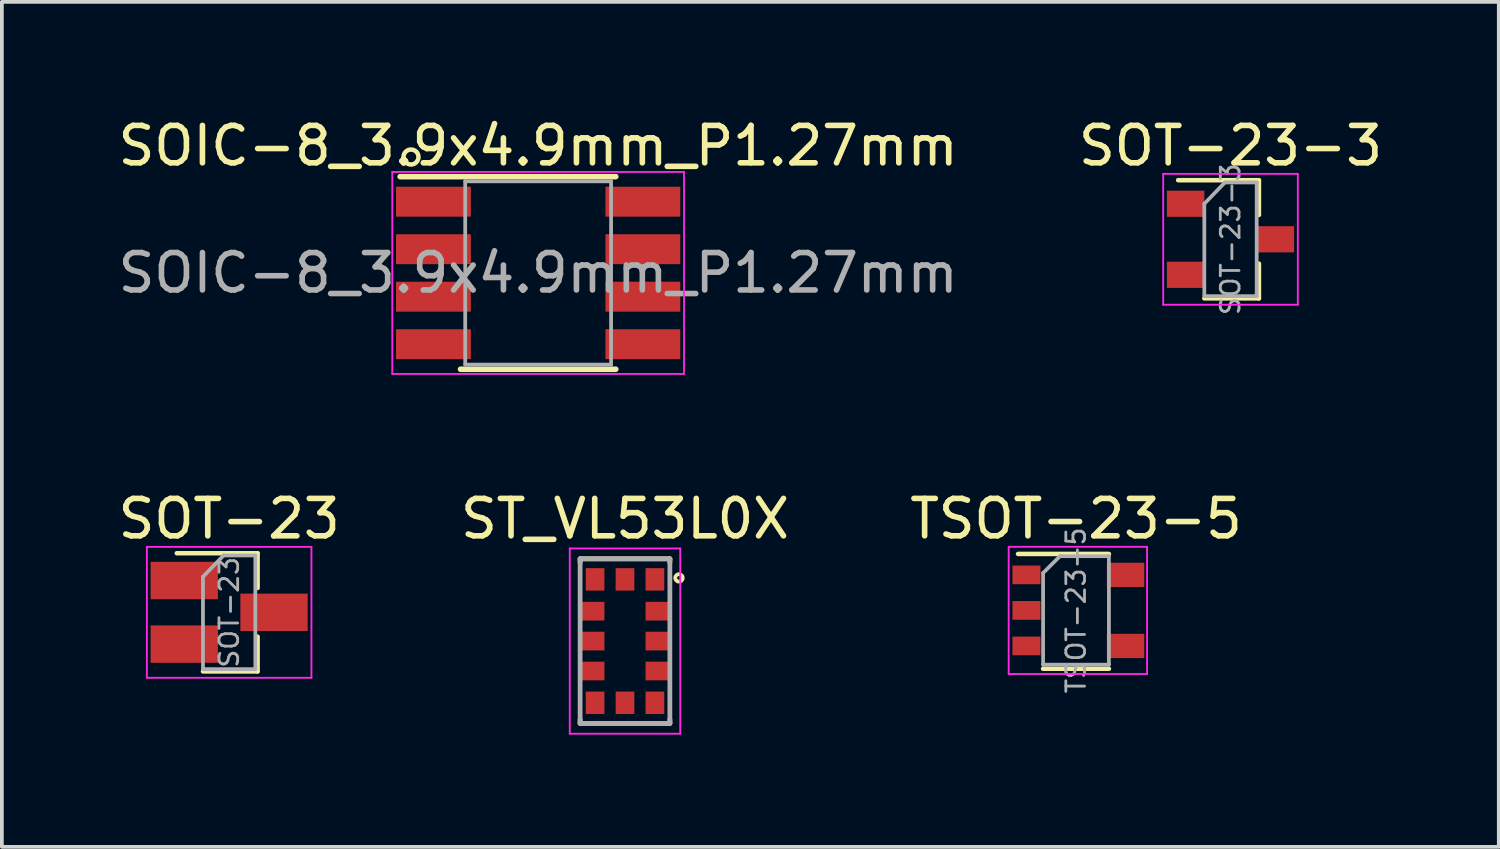
<source format=kicad_pcb>
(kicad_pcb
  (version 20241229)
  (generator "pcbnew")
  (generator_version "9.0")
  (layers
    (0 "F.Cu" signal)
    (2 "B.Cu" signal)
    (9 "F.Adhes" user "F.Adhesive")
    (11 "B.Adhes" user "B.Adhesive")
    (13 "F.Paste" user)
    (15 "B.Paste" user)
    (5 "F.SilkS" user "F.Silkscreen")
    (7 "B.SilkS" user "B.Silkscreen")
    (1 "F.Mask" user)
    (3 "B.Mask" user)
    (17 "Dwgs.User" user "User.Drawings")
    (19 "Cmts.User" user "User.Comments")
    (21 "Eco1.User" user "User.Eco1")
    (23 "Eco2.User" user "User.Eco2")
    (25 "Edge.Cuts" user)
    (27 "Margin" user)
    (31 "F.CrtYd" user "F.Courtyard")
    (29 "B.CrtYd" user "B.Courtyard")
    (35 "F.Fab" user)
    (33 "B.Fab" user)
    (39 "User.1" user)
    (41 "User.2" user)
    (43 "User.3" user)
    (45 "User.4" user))
  (footprint "ST_VL53L0X"
    (layer "F.Cu")
    (at 13.661 14.091)
    (property "Reference" "ST_VL53L0X" (at 0 -3.27 0) (layer "F.SilkS") (effects (font (size 1 1) (thickness 0.15))))
    (attr smd)
    (fp_line (start -1.2 -2.2) (end -1.2 -2.1) (stroke (width 0.127) (type solid)) (layer "F.SilkS"))
    (fp_line (start -1.2 -2.2) (end 1.2 -2.2) (stroke (width 0.127) (type solid)) (layer "F.SilkS"))
    (fp_line (start -1.2 2.2) (end -1.2 2.1) (stroke (width 0.127) (type solid)) (layer "F.SilkS"))
    (fp_line (start 1.2 -2.2) (end 1.2 -2.1) (stroke (width 0.127) (type solid)) (layer "F.SilkS"))
    (fp_line (start 1.2 2.2) (end -1.2 2.2) (stroke (width 0.127) (type solid)) (layer "F.SilkS"))
    (fp_line (start 1.2 2.2) (end 1.2 2.1) (stroke (width 0.127) (type solid)) (layer "F.SilkS"))
    (fp_circle (center 1.444 -1.689) (end 1.544 -1.689) (stroke (width 0.1) (type solid)) (fill no) (layer "F.SilkS"))
    (fp_line (start -1.477 -2.477) (end 1.477 -2.477) (stroke (width 0.05) (type solid)) (layer "F.CrtYd"))
    (fp_line (start -1.477 2.477) (end -1.477 -2.477) (stroke (width 0.05) (type solid)) (layer "F.CrtYd"))
    (fp_line (start 1.477 -2.477) (end 1.477 2.477) (stroke (width 0.05) (type solid)) (layer "F.CrtYd"))
    (fp_line (start 1.477 2.477) (end -1.477 2.477) (stroke (width 0.05) (type solid)) (layer "F.CrtYd"))
    (fp_line (start -1.2 -2.2) (end 1.2 -2.2) (stroke (width 0.127) (type solid)) (layer "F.Fab"))
    (fp_line (start -1.2 2.2) (end -1.2 -2.2) (stroke (width 0.127) (type solid)) (layer "F.Fab"))
    (fp_line (start 1.2 -2.2) (end 1.2 2.2) (stroke (width 0.127) (type solid)) (layer "F.Fab"))
    (fp_line (start 1.2 2.2) (end -1.2 2.2) (stroke (width 0.127) (type solid)) (layer "F.Fab"))
    (pad "1" smd rect (at 0.8 -1.65) (size 0.5 0.6) (layers "F.Cu" "F.Mask" "F.Paste"))
    (pad "2" smd rect (at 0.85 -0.8) (size 0.6 0.5) (layers "F.Cu" "F.Mask" "F.Paste"))
    (pad "3" smd rect (at 0.85 0) (size 0.6 0.5) (layers "F.Cu" "F.Mask" "F.Paste"))
    (pad "4" smd rect (at 0.85 0.8) (size 0.6 0.5) (layers "F.Cu" "F.Mask" "F.Paste"))
    (pad "5" smd rect (at 0.8 1.65) (size 0.5 0.6) (layers "F.Cu" "F.Mask" "F.Paste"))
    (pad "6" smd rect (at 0 1.65) (size 0.5 0.6) (layers "F.Cu" "F.Mask" "F.Paste"))
    (pad "7" smd rect (at -0.8 1.65) (size 0.5 0.6) (layers "F.Cu" "F.Mask" "F.Paste"))
    (pad "8" smd rect (at -0.85 0.8) (size 0.6 0.5) (layers "F.Cu" "F.Mask" "F.Paste"))
    (pad "9" smd rect (at -0.85 0) (size 0.6 0.5) (layers "F.Cu" "F.Mask" "F.Paste"))
    (pad "10" smd rect (at -0.85 -0.8) (size 0.6 0.5) (layers "F.Cu" "F.Mask" "F.Paste"))
    (pad "11" smd rect (at -0.8 -1.65) (size 0.5 0.6) (layers "F.Cu" "F.Mask" "F.Paste"))
    (pad "12" smd rect (at 0 -1.65) (size 0.5 0.6) (layers "F.Cu" "F.Mask" "F.Paste")))
  (footprint "SOT-23-3"
    (layer "F.Cu")
    (at 29.851 3.348)
    (property "Reference" "SOT-23-3" (at 0 -2.5 0) (layer "F.SilkS") (effects (font (size 1 1) (thickness 0.15))))
    (attr smd)
    (fp_line (start 0.76 -1.58) (end -1.4 -1.58) (stroke (width 0.12) (type solid)) (layer "F.SilkS"))
    (fp_line (start 0.76 -1.58) (end 0.76 -0.65) (stroke (width 0.12) (type solid)) (layer "F.SilkS"))
    (fp_line (start 0.76 1.58) (end -0.7 1.58) (stroke (width 0.12) (type solid)) (layer "F.SilkS"))
    (fp_line (start 0.76 1.58) (end 0.76 0.65) (stroke (width 0.12) (type solid)) (layer "F.SilkS"))
    (fp_line (start -1.8 -1.75) (end 1.8 -1.75) (stroke (width 0.05) (type solid)) (layer "F.CrtYd"))
    (fp_line (start -1.8 1.75) (end -1.8 -1.75) (stroke (width 0.05) (type solid)) (layer "F.CrtYd"))
    (fp_line (start 1.8 -1.75) (end 1.8 1.75) (stroke (width 0.05) (type solid)) (layer "F.CrtYd"))
    (fp_line (start 1.8 1.75) (end -1.8 1.75) (stroke (width 0.05) (type solid)) (layer "F.CrtYd"))
    (fp_line (start -0.7 -0.95) (end -0.7 1.5) (stroke (width 0.1) (type solid)) (layer "F.Fab"))
    (fp_line (start -0.7 -0.95) (end -0.15 -1.52) (stroke (width 0.1) (type solid)) (layer "F.Fab"))
    (fp_line (start -0.7 1.52) (end 0.7 1.52) (stroke (width 0.1) (type solid)) (layer "F.Fab"))
    (fp_line (start -0.15 -1.52) (end 0.7 -1.52) (stroke (width 0.1) (type solid)) (layer "F.Fab"))
    (fp_line (start 0.7 -1.52) (end 0.7 1.52) (stroke (width 0.1) (type solid)) (layer "F.Fab"))
    (fp_text user "${REFERENCE}" (at 0 0 90) (layer "F.Fab") (effects (font (size 0.5 0.5) (thickness 0.075))))
    (pad "1" smd rect (at -1.2 -0.95) (size 1 0.7) (layers "F.Cu" "F.Mask" "F.Paste"))
    (pad "2" smd rect (at -1.2 0.95) (size 1 0.7) (layers "F.Cu" "F.Mask" "F.Paste"))
    (pad "3" smd rect (at 1.2 0) (size 1 0.7) (layers "F.Cu" "F.Mask" "F.Paste")))
  (footprint "SOT-23"
    (layer "F.Cu")
    (at 3.077 13.322)
    (property "Reference" "SOT-23" (at 0 -2.5 0) (layer "F.SilkS") (effects (font (size 1 1) (thickness 0.15))))
    (attr smd)
    (fp_line (start 0.76 -1.58) (end -1.4 -1.58) (stroke (width 0.12) (type solid)) (layer "F.SilkS"))
    (fp_line (start 0.76 -1.58) (end 0.76 -0.65) (stroke (width 0.12) (type solid)) (layer "F.SilkS"))
    (fp_line (start 0.76 1.58) (end -0.7 1.58) (stroke (width 0.12) (type solid)) (layer "F.SilkS"))
    (fp_line (start 0.76 1.58) (end 0.76 0.65) (stroke (width 0.12) (type solid)) (layer "F.SilkS"))
    (fp_line (start -2.2 -1.75) (end 2.2 -1.75) (stroke (width 0.05) (type solid)) (layer "F.CrtYd"))
    (fp_line (start -2.2 1.75) (end -2.2 -1.75) (stroke (width 0.05) (type solid)) (layer "F.CrtYd"))
    (fp_line (start 2.2 -1.75) (end 2.2 1.75) (stroke (width 0.05) (type solid)) (layer "F.CrtYd"))
    (fp_line (start 2.2 1.75) (end -2.2 1.75) (stroke (width 0.05) (type solid)) (layer "F.CrtYd"))
    (fp_line (start -0.7 -0.95) (end -0.7 1.5) (stroke (width 0.1) (type solid)) (layer "F.Fab"))
    (fp_line (start -0.7 -0.95) (end -0.15 -1.52) (stroke (width 0.1) (type solid)) (layer "F.Fab"))
    (fp_line (start -0.7 1.52) (end 0.7 1.52) (stroke (width 0.1) (type solid)) (layer "F.Fab"))
    (fp_line (start -0.15 -1.52) (end 0.7 -1.52) (stroke (width 0.1) (type solid)) (layer "F.Fab"))
    (fp_line (start 0.7 -1.52) (end 0.7 1.52) (stroke (width 0.1) (type solid)) (layer "F.Fab"))
    (fp_text user "${REFERENCE}" (at 0 0 90) (layer "F.Fab") (effects (font (size 0.5 0.5) (thickness 0.075))))
    (pad "1" smd rect (at -1.2 -0.85) (size 1.8 1) (layers "F.Cu" "F.Mask" "F.Paste"))
    (pad "2" smd rect (at -1.2 0.85) (size 1.8 1) (layers "F.Cu" "F.Mask" "F.Paste"))
    (pad "3" smd rect (at 1.2 0) (size 1.8 1) (layers "F.Cu" "F.Mask" "F.Paste")))
  (footprint "TSOT-23-5"
    (layer "F.Cu")
    (at 25.72 13.271)
    (property "Reference" "TSOT-23-5" (at 0 -2.45 0) (layer "F.SilkS") (effects (font (size 1 1) (thickness 0.15))))
    (attr smd)
    (fp_line (start -0.88 1.56) (end 0.88 1.56) (stroke (width 0.12) (type solid)) (layer "F.SilkS"))
    (fp_line (start 0.88 -1.51) (end -1.55 -1.51) (stroke (width 0.12) (type solid)) (layer "F.SilkS"))
    (fp_line (start -1.8 -1.7) (end -1.8 1.7) (stroke (width 0.05) (type solid)) (layer "F.CrtYd"))
    (fp_line (start -1.8 -1.7) (end 1.9 -1.7) (stroke (width 0.05) (type solid)) (layer "F.CrtYd"))
    (fp_line (start 1.9 1.7) (end -1.8 1.7) (stroke (width 0.05) (type solid)) (layer "F.CrtYd"))
    (fp_line (start 1.9 1.7) (end 1.9 -1.7) (stroke (width 0.05) (type solid)) (layer "F.CrtYd"))
    (fp_line (start -0.88 -1) (end -0.88 1.45) (stroke (width 0.1) (type solid)) (layer "F.Fab"))
    (fp_line (start -0.88 -1) (end -0.43 -1.45) (stroke (width 0.1) (type solid)) (layer "F.Fab"))
    (fp_line (start 0.88 -1.45) (end -0.43 -1.45) (stroke (width 0.1) (type solid)) (layer "F.Fab"))
    (fp_line (start 0.88 -1.45) (end 0.88 1.45) (stroke (width 0.1) (type solid)) (layer "F.Fab"))
    (fp_line (start 0.88 1.45) (end -0.88 1.45) (stroke (width 0.1) (type solid)) (layer "F.Fab"))
    (fp_text user "${REFERENCE}" (at 0 0 90) (layer "F.Fab") (effects (font (size 0.5 0.5) (thickness 0.075))))
    (pad "1" smd rect (at -1.325 -0.95) (size 0.75 0.5) (layers "F.Cu" "F.Mask" "F.Paste"))
    (pad "2" smd rect (at -1.325 0) (size 0.75 0.5) (layers "F.Cu" "F.Mask" "F.Paste"))
    (pad "3" smd rect (at -1.325 0.95) (size 0.75 0.5) (layers "F.Cu" "F.Mask" "F.Paste"))
    (pad "4" smd rect (at 1.325 0.95) (size 1 0.65) (layers "F.Cu" "F.Mask" "F.Paste"))
    (pad "5" smd rect (at 1.325 -0.95) (size 1 0.65) (layers "F.Cu" "F.Mask" "F.Paste")))
  (footprint "SOIC-8_3.9x4.9mm_P1.27mm"
    (layer "F.Cu")
    (at 11.339 4.248)
    (property "Reference" "SOIC-8_3.9x4.9mm_P1.27mm" (at 0 -3.4 0) (layer "F.SilkS") (effects (font (size 1 1) (thickness 0.15))))
    (attr smd)
    (fp_line (start -3.69 -2.575) (end 2.075 -2.575) (stroke (width 0.15) (type solid)) (layer "F.SilkS"))
    (fp_line (start -2.075 2.575) (end 2.075 2.575) (stroke (width 0.15) (type solid)) (layer "F.SilkS"))
    (fp_circle (center -3.4 -3.1) (end -3.2 -3.1) (stroke (width 0.12) (type solid)) (fill no) (layer "F.SilkS"))
    (fp_line (start -3.9 -2.7) (end 3.9 -2.7) (stroke (width 0.05) (type solid)) (layer "F.CrtYd"))
    (fp_line (start -3.9 2.7) (end -3.9 -2.7) (stroke (width 0.05) (type solid)) (layer "F.CrtYd"))
    (fp_line (start 3.9 -2.7) (end 3.9 2.7) (stroke (width 0.05) (type solid)) (layer "F.CrtYd"))
    (fp_line (start 3.9 2.7) (end -3.9 2.7) (stroke (width 0.05) (type solid)) (layer "F.CrtYd"))
    (fp_line (start -1.95 -2.45) (end -1.95 2.45) (stroke (width 0.1) (type solid)) (layer "F.Fab"))
    (fp_line (start -1.95 -2.45) (end 1.95 -2.45) (stroke (width 0.1) (type solid)) (layer "F.Fab"))
    (fp_line (start -1.95 2.45) (end 1.95 2.45) (stroke (width 0.1) (type solid)) (layer "F.Fab"))
    (fp_line (start 1.95 -2.45) (end 1.95 2.45) (stroke (width 0.1) (type solid)) (layer "F.Fab"))
    (fp_text user "${REFERENCE}" (at 0 0 0) (layer "F.Fab") (effects (font (size 1 1) (thickness 0.15))))
    (pad "1" smd rect (at -2.8 -1.905) (size 2 0.8) (layers "F.Cu" "F.Mask" "F.Paste"))
    (pad "2" smd rect (at -2.8 -0.635) (size 2 0.8) (layers "F.Cu" "F.Mask" "F.Paste"))
    (pad "3" smd rect (at -2.8 0.635) (size 2 0.8) (layers "F.Cu" "F.Mask" "F.Paste"))
    (pad "4" smd rect (at -2.8 1.905) (size 2 0.8) (layers "F.Cu" "F.Mask" "F.Paste"))
    (pad "5" smd rect (at 2.8 1.905) (size 2 0.8) (layers "F.Cu" "F.Mask" "F.Paste"))
    (pad "6" smd rect (at 2.8 0.635) (size 2 0.8) (layers "F.Cu" "F.Mask" "F.Paste"))
    (pad "7" smd rect (at 2.8 -0.635) (size 2 0.8) (layers "F.Cu" "F.Mask" "F.Paste"))
    (pad "8" smd rect (at 2.8 -1.905) (size 2 0.8) (layers "F.Cu" "F.Mask" "F.Paste")))
  (gr_rect
    (start -3 -3)
    (end 37.024 19.593)
    (stroke (width 0.1) (type default))
    (fill no)
    (layer "Edge.Cuts")))
</source>
